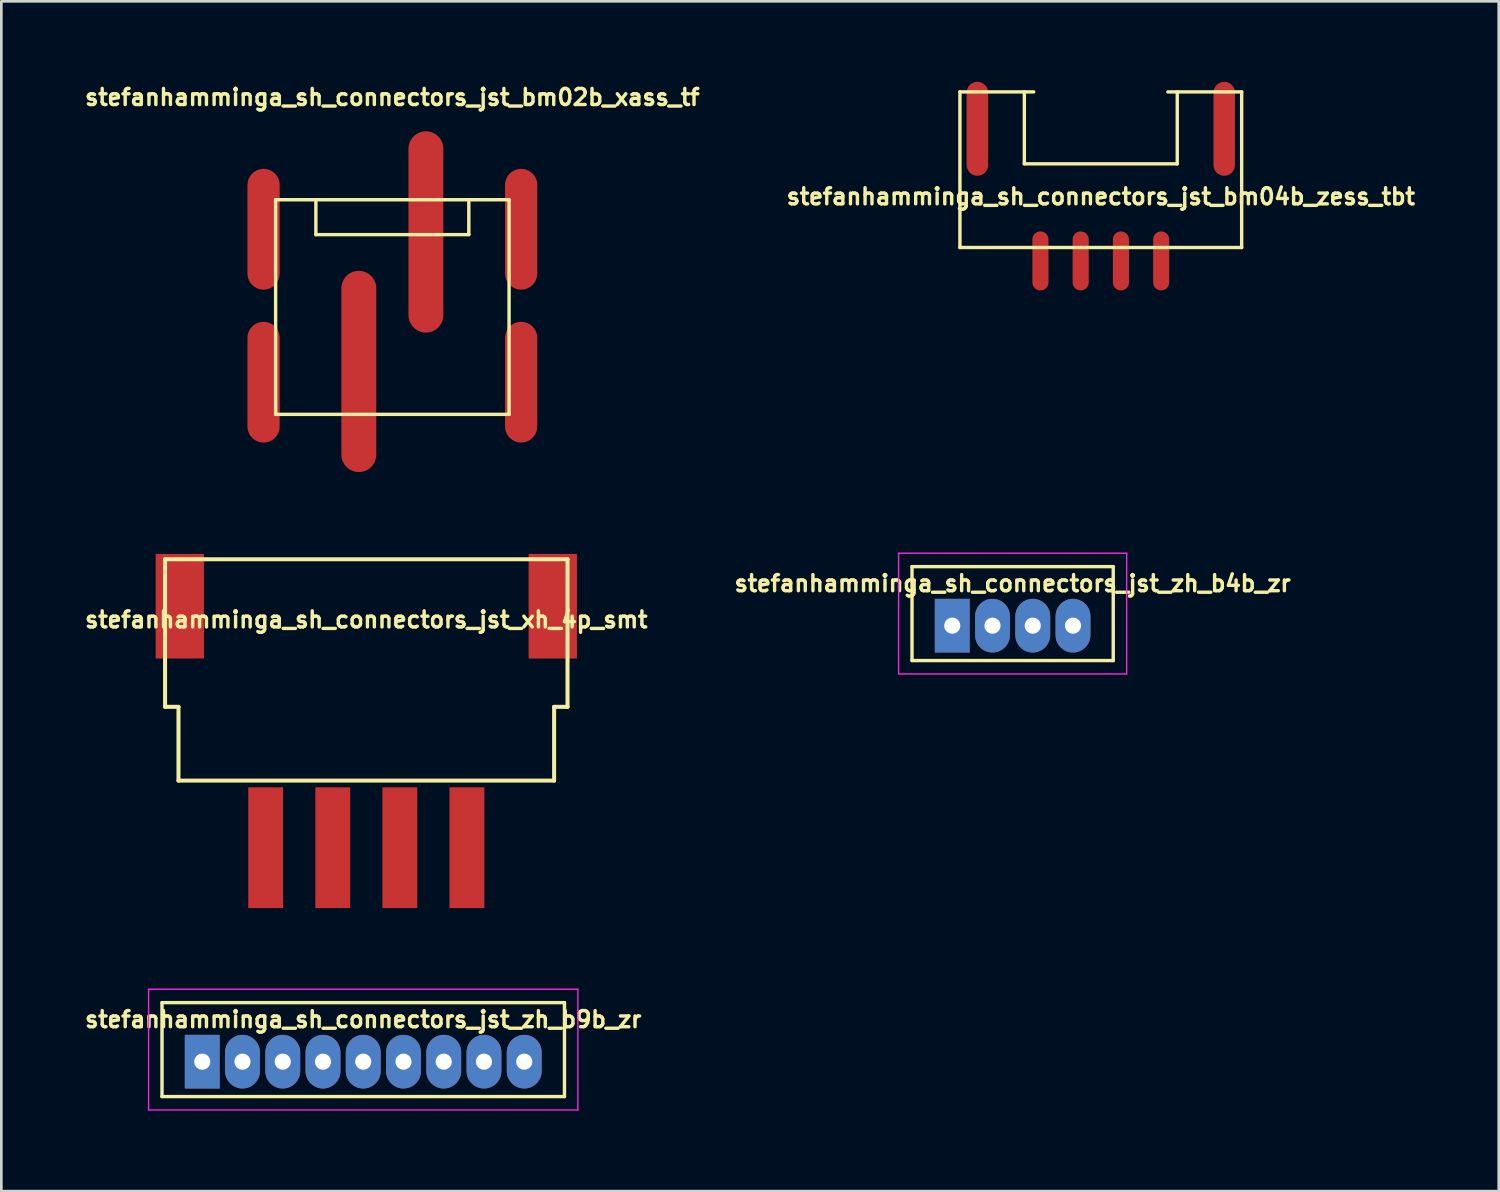
<source format=kicad_pcb>
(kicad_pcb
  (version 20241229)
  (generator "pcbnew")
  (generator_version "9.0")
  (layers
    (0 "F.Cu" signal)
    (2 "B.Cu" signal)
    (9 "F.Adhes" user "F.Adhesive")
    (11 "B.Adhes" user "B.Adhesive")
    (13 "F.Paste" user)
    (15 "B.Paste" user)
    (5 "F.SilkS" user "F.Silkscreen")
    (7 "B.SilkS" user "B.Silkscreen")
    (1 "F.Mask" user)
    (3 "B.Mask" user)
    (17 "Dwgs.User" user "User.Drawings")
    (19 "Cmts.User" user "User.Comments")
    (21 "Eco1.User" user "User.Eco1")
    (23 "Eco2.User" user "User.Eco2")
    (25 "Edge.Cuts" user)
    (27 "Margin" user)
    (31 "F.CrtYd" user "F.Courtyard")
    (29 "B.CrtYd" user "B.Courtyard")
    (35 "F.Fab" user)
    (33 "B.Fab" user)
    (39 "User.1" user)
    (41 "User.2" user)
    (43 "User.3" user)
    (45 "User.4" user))
  (footprint "stefanhamminga_sh_connectors_jst_zh_b9b_zr"
    (layer "F.Cu")
    (at 10.488 36.069)
    (property "Reference" "stefanhamminga_sh_connectors_jst_zh_b9b_zr" (at 0 -1.125 0) (layer "F.SilkS") (effects (font (size 0.6 0.6) (thickness 0.127))))
    (attr through_hole)
    (fp_line (start -7.5 -1.75) (end -7.5 1.75) (stroke (width 0.127) (type solid)) (layer "F.SilkS"))
    (fp_line (start -7.5 -1.75) (end 7.5 -1.75) (stroke (width 0.127) (type solid)) (layer "F.SilkS"))
    (fp_line (start -7.5 1.75) (end 7.5 1.75) (stroke (width 0.127) (type solid)) (layer "F.SilkS"))
    (fp_line (start 7.5 1.75) (end 7.5 -1.75) (stroke (width 0.127) (type solid)) (layer "F.SilkS"))
    (fp_line (start -8 -2.25) (end 8 -2.25) (stroke (width 0.05) (type solid)) (layer "F.CrtYd"))
    (fp_line (start -8 2.25) (end -8 -2.25) (stroke (width 0.05) (type solid)) (layer "F.CrtYd"))
    (fp_line (start 8 -2.25) (end 8 2.25) (stroke (width 0.05) (type solid)) (layer "F.CrtYd"))
    (fp_line (start 8 2.25) (end -8 2.25) (stroke (width 0.05) (type solid)) (layer "F.CrtYd"))
    (pad "1" thru_hole rect (at -6 0.45) (size 1.3 2) (drill 0.6) (layers "*.Cu" "*.Mask"))
    (pad "2" thru_hole oval (at -4.5 0.45) (size 1.3 2) (drill 0.6) (layers "*.Cu" "*.Mask"))
    (pad "3" thru_hole oval (at -3 0.45) (size 1.3 2) (drill 0.6) (layers "*.Cu" "*.Mask"))
    (pad "4" thru_hole oval (at -1.5 0.45) (size 1.3 2) (drill 0.6) (layers "*.Cu" "*.Mask"))
    (pad "5" thru_hole oval (at 0 0.45) (size 1.3 2) (drill 0.6) (layers "*.Cu" "*.Mask"))
    (pad "6" thru_hole oval (at 1.5 0.45) (size 1.3 2) (drill 0.6) (layers "*.Cu" "*.Mask"))
    (pad "7" thru_hole oval (at 3 0.45) (size 1.3 2) (drill 0.6) (layers "*.Cu" "*.Mask"))
    (pad "8" thru_hole oval (at 4.5 0.45) (size 1.3 2) (drill 0.6) (layers "*.Cu" "*.Mask"))
    (pad "9" thru_hole oval (at 6 0.45) (size 1.3 2) (drill 0.6) (layers "*.Cu" "*.Mask")))
  (footprint "stefanhamminga_sh_connectors_jst_zh_b4b_zr"
    (layer "F.Cu")
    (at 34.691 19.819)
    (property "Reference" "stefanhamminga_sh_connectors_jst_zh_b4b_zr" (at 0 -1.125 0) (layer "F.SilkS") (effects (font (size 0.6 0.6) (thickness 0.127))))
    (attr through_hole)
    (fp_line (start -3.75 -1.75) (end -3.75 1.75) (stroke (width 0.127) (type solid)) (layer "F.SilkS"))
    (fp_line (start -3.75 -1.75) (end 3.75 -1.75) (stroke (width 0.127) (type solid)) (layer "F.SilkS"))
    (fp_line (start -3.75 1.75) (end 3.75 1.75) (stroke (width 0.127) (type solid)) (layer "F.SilkS"))
    (fp_line (start 3.75 1.75) (end 3.75 -1.75) (stroke (width 0.127) (type solid)) (layer "F.SilkS"))
    (fp_line (start -4.25 -2.25) (end 4.25 -2.25) (stroke (width 0.05) (type solid)) (layer "F.CrtYd"))
    (fp_line (start -4.25 2.25) (end -4.25 -2.25) (stroke (width 0.05) (type solid)) (layer "F.CrtYd"))
    (fp_line (start 4.25 -2.25) (end 4.25 2.25) (stroke (width 0.05) (type solid)) (layer "F.CrtYd"))
    (fp_line (start 4.25 2.25) (end -4.25 2.25) (stroke (width 0.05) (type solid)) (layer "F.CrtYd"))
    (pad "1" thru_hole rect (at -2.25 0.45) (size 1.3 2) (drill 0.6) (layers "*.Cu" "*.Mask"))
    (pad "2" thru_hole oval (at -0.75 0.45) (size 1.3 2) (drill 0.6) (layers "*.Cu" "*.Mask"))
    (pad "3" thru_hole oval (at 0.75 0.45) (size 1.3 2) (drill 0.6) (layers "*.Cu" "*.Mask"))
    (pad "4" thru_hole oval (at 2.25 0.45) (size 1.3 2) (drill 0.6) (layers "*.Cu" "*.Mask")))
  (footprint "stefanhamminga_sh_connectors_jst_bm04b_zess_tbt"
    (layer "F.Cu")
    (at 37.977 3.175)
    (property "Reference" "stefanhamminga_sh_connectors_jst_bm04b_zess_tbt" (at 0 1.1 0) (layer "F.SilkS") (effects (font (size 0.6 0.6) (thickness 0.127))))
    (attr smd)
    (fp_line (start -5.25 -2.8) (end -2.5 -2.8) (stroke (width 0.127) (type solid)) (layer "F.SilkS"))
    (fp_line (start -5.25 3) (end -5.25 -2.8) (stroke (width 0.127) (type solid)) (layer "F.SilkS"))
    (fp_line (start -5.25 3) (end 5.25 3) (stroke (width 0.127) (type solid)) (layer "F.SilkS"))
    (fp_line (start -2.85 -2.8) (end -2.85 -0.12) (stroke (width 0.127) (type solid)) (layer "F.SilkS"))
    (fp_line (start -2.85 -0.12) (end 2.85 -0.12) (stroke (width 0.127) (type solid)) (layer "F.SilkS"))
    (fp_line (start 2.5 -2.8) (end 5.25 -2.8) (stroke (width 0.127) (type solid)) (layer "F.SilkS"))
    (fp_line (start 2.85 -2.8) (end 2.85 -0.12) (stroke (width 0.127) (type solid)) (layer "F.SilkS"))
    (fp_line (start 5.25 3) (end 5.25 -2.8) (stroke (width 0.127) (type solid)) (layer "F.SilkS"))
    (pad "1" smd oval (at -2.25 3.5) (size 0.6 2.2) (layers "F.Cu" "F.Mask" "F.Paste"))
    (pad "2" smd oval (at -0.75 3.5) (size 0.6 2.2) (layers "F.Cu" "F.Mask" "F.Paste"))
    (pad "3" smd oval (at 0.75 3.5) (size 0.6 2.2) (layers "F.Cu" "F.Mask" "F.Paste"))
    (pad "4" smd oval (at 2.25 3.5) (size 0.6 2.2) (layers "F.Cu" "F.Mask" "F.Paste"))
    (pad "5" smd oval (at -4.6 -1.425) (size 0.8 3.5) (layers "F.Cu" "F.Mask" "F.Paste"))
    (pad "5" smd oval (at 4.6 -1.425) (size 0.8 3.5) (layers "F.Cu" "F.Mask" "F.Paste")))
  (footprint "stefanhamminga_sh_connectors_jst_xh_4p_smt"
    (layer "F.Cu")
    (at 10.602 17.794)
    (property "Reference" "stefanhamminga_sh_connectors_jst_xh_4p_smt" (at 0 2.25 0) (layer "F.SilkS") (effects (font (size 0.6 0.6) (thickness 0.127))))
    (attr smd)
    (fp_line (start -7.5 0) (end -7.5 5.5) (stroke (width 0.15) (type solid)) (layer "F.SilkS"))
    (fp_line (start -7.5 5.5) (end -7 5.5) (stroke (width 0.15) (type solid)) (layer "F.SilkS"))
    (fp_line (start -7 5.5) (end -7 8.25) (stroke (width 0.15) (type solid)) (layer "F.SilkS"))
    (fp_line (start -7 8.25) (end 7 8.25) (stroke (width 0.15) (type solid)) (layer "F.SilkS"))
    (fp_line (start 7 5.5) (end 7.5 5.5) (stroke (width 0.15) (type solid)) (layer "F.SilkS"))
    (fp_line (start 7 8.25) (end 7 5.5) (stroke (width 0.15) (type solid)) (layer "F.SilkS"))
    (fp_line (start 7.5 0) (end -7.5 0) (stroke (width 0.15) (type solid)) (layer "F.SilkS"))
    (fp_line (start 7.5 5.5) (end 7.5 0) (stroke (width 0.15) (type solid)) (layer "F.SilkS"))
    (pad "1" smd rect (at 3.75 10.75) (size 1.3 4.5) (layers "F.Cu" "F.Mask" "F.Paste"))
    (pad "2" smd rect (at 1.25 10.75) (size 1.3 4.5) (layers "F.Cu" "F.Mask" "F.Paste"))
    (pad "3" smd rect (at -1.25 10.75) (size 1.3 4.5) (layers "F.Cu" "F.Mask" "F.Paste"))
    (pad "4" smd rect (at -3.75 10.75) (size 1.3 4.5) (layers "F.Cu" "F.Mask" "F.Paste"))
    (pad "5" smd rect (at -6.95 1.75) (size 1.8 3.9) (layers "F.Cu" "F.Mask" "F.Paste"))
    (pad "5" smd rect (at 6.95 1.75) (size 1.8 3.9) (layers "F.Cu" "F.Mask" "F.Paste")))
  (footprint "stefanhamminga_sh_connectors_jst_bm02b_xass_tf"
    (layer "F.Cu")
    (at 11.573 8.194)
    (property "Reference" "stefanhamminga_sh_connectors_jst_bm02b_xass_tf" (at 0 -7.62 0) (layer "F.SilkS") (effects (font (size 0.6 0.6) (thickness 0.127))))
    (attr smd)
    (fp_line (start -4.35 -3.8) (end -4.35 4.2) (stroke (width 0.127) (type solid)) (layer "F.SilkS"))
    (fp_line (start -4.35 -3.8) (end 4.35 -3.8) (stroke (width 0.127) (type solid)) (layer "F.SilkS"))
    (fp_line (start -4.35 4.2) (end 4.35 4.2) (stroke (width 0.127) (type solid)) (layer "F.SilkS"))
    (fp_line (start -2.85 -2.5) (end -2.85 -3.8) (stroke (width 0.127) (type solid)) (layer "F.SilkS"))
    (fp_line (start -2.85 -2.5) (end 2.85 -2.5) (stroke (width 0.127) (type solid)) (layer "F.SilkS"))
    (fp_line (start 2.85 -2.5) (end 2.85 -3.8) (stroke (width 0.127) (type solid)) (layer "F.SilkS"))
    (fp_line (start 4.35 -3.8) (end 4.35 4.2) (stroke (width 0.127) (type solid)) (layer "F.SilkS"))
    (pad "1" smd oval (at -1.25 2.6) (size 1.3 7.5) (layers "F.Cu" "F.Mask" "F.Paste"))
    (pad "2" smd oval (at 1.25 -2.6) (size 1.3 7.5) (layers "F.Cu" "F.Mask" "F.Paste"))
    (pad "3" smd oval (at -4.8 -2.7) (size 1.2 4.5) (layers "F.Cu" "F.Mask" "F.Paste"))
    (pad "3" smd oval (at -4.8 3) (size 1.2 4.5) (layers "F.Cu" "F.Mask" "F.Paste"))
    (pad "3" smd oval (at 4.8 -2.7) (size 1.2 4.5) (layers "F.Cu" "F.Mask" "F.Paste"))
    (pad "3" smd oval (at 4.8 3) (size 1.2 4.5) (layers "F.Cu" "F.Mask" "F.Paste")))
  (gr_rect
    (start -3 -3)
    (end 52.808 41.344)
    (stroke (width 0.1) (type default))
    (fill no)
    (layer "Edge.Cuts")))
</source>
